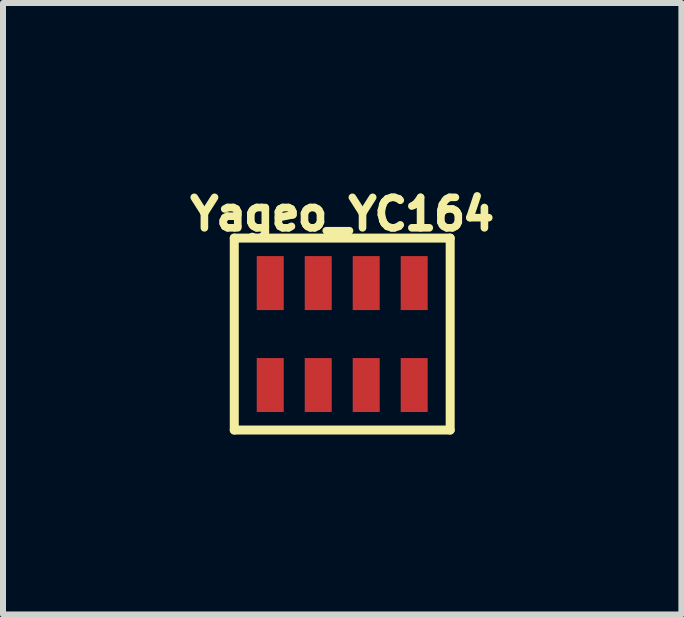
<source format=kicad_pcb>
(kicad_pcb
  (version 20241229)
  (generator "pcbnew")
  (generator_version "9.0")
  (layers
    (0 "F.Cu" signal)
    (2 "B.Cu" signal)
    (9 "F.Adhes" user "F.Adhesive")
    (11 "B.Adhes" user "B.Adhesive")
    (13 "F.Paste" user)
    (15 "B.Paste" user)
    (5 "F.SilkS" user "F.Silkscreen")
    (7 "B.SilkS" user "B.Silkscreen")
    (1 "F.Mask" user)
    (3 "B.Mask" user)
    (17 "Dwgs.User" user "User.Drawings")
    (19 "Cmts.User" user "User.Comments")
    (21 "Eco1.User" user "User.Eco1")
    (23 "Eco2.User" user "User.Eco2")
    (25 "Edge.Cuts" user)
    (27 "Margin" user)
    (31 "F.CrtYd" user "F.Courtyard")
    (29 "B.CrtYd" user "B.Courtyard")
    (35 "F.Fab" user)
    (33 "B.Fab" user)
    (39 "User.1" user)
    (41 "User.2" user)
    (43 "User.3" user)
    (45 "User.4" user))
  (footprint "Yageo_YC164"
    (layer "F.Cu")
    (at 2.656 2.52)
    (property "Reference" "Yageo_YC164" (at 0 -2 0) (layer "F.SilkS") (effects (font (size 0.508 0.508) (thickness 0.127))))
    (attr through_hole)
    (fp_line (start -1.8 -1.6) (end 1.8 -1.6) (stroke (width 0.15) (type solid)) (layer "F.SilkS"))
    (fp_line (start -1.8 1.6) (end -1.8 -1.6) (stroke (width 0.15) (type solid)) (layer "F.SilkS"))
    (fp_line (start 1.8 -1.6) (end 1.8 1.6) (stroke (width 0.15) (type solid)) (layer "F.SilkS"))
    (fp_line (start 1.8 1.6) (end -1.8 1.6) (stroke (width 0.15) (type solid)) (layer "F.SilkS"))
    (pad "1" smd rect (at -1.2 0.85) (size 0.45 0.9) (layers "F.Cu" "F.Mask" "F.Paste"))
    (pad "2" smd rect (at -0.4 0.85) (size 0.45 0.9) (layers "F.Cu" "F.Mask" "F.Paste"))
    (pad "3" smd rect (at 0.4 0.85) (size 0.45 0.9) (layers "F.Cu" "F.Mask" "F.Paste"))
    (pad "4" smd rect (at 1.2 0.85) (size 0.45 0.9) (layers "F.Cu" "F.Mask" "F.Paste"))
    (pad "5" smd rect (at 1.2 -0.85) (size 0.45 0.9) (layers "F.Cu" "F.Mask" "F.Paste"))
    (pad "6" smd rect (at 0.4 -0.85) (size 0.45 0.9) (layers "F.Cu" "F.Mask" "F.Paste"))
    (pad "7" smd rect (at -0.4 -0.85) (size 0.45 0.9) (layers "F.Cu" "F.Mask" "F.Paste"))
    (pad "8" smd rect (at -1.2 -0.85) (size 0.45 0.9) (layers "F.Cu" "F.Mask" "F.Paste")))
  (gr_rect
    (start -3 -3)
    (end 8.311 7.195)
    (stroke (width 0.1) (type default))
    (fill no)
    (layer "Edge.Cuts")))
</source>
